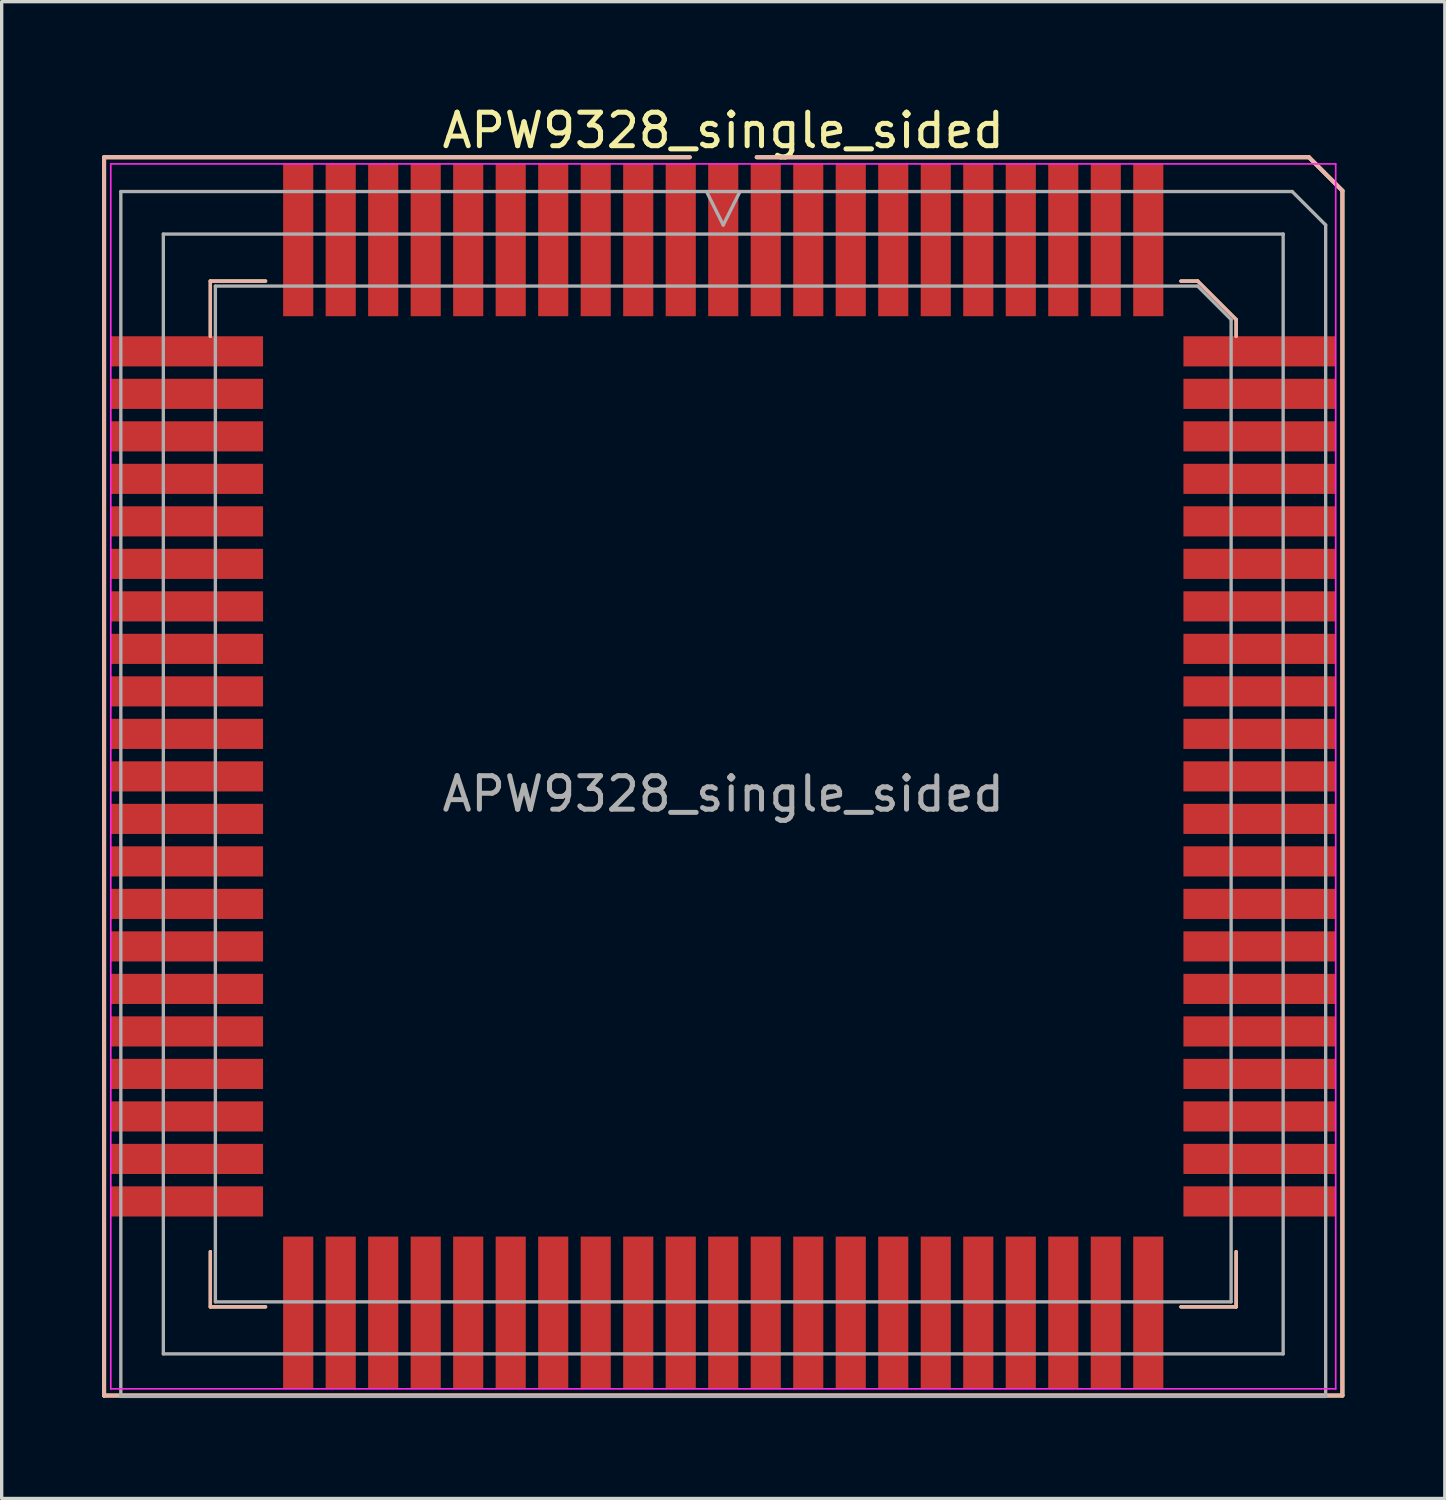
<source format=kicad_pcb>
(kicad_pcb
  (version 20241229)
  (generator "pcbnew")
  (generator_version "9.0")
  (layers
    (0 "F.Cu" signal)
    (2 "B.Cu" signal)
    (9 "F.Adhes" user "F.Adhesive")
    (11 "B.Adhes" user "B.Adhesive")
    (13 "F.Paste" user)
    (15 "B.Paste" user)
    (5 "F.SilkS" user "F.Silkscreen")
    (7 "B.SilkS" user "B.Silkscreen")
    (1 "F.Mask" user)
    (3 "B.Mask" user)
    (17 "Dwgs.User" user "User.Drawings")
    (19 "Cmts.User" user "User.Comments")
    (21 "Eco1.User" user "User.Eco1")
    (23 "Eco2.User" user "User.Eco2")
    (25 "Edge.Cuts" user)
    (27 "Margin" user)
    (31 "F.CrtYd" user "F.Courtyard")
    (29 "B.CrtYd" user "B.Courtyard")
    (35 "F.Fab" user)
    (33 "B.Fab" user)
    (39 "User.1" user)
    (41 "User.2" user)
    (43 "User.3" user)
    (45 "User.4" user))
  (footprint "APW9328_single_sided"
    (layer "F.Cu")
    (at 18.56 20.148)
    (property "Reference" "APW9328_single_sided" (at 0 -19.3 180) (layer "F.SilkS") (effects (font (size 1 1) (thickness 0.15))))
    (attr smd)
    (fp_line (start -18.5 -18.5) (end -1 -18.5) (stroke (width 0.12) (type solid)) (layer "F.SilkS"))
    (fp_line (start -18.5 18.5) (end -18.5 -18.5) (stroke (width 0.12) (type solid)) (layer "F.SilkS"))
    (fp_line (start -15.325 -14.8) (end -15.325 -13.15) (stroke (width 0.1) (type solid)) (layer "F.SilkS"))
    (fp_line (start -15.325 15.85) (end -15.325 14.2) (stroke (width 0.1) (type solid)) (layer "F.SilkS"))
    (fp_line (start -13.675 -14.8) (end -15.325 -14.8) (stroke (width 0.1) (type solid)) (layer "F.SilkS"))
    (fp_line (start -13.675 15.85) (end -15.325 15.85) (stroke (width 0.1) (type solid)) (layer "F.SilkS"))
    (fp_line (start 1 -18.5) (end 17.5 -18.5) (stroke (width 0.12) (type solid)) (layer "F.SilkS"))
    (fp_line (start 13.675 -14.8) (end 14.175 -14.8) (stroke (width 0.1) (type solid)) (layer "F.SilkS"))
    (fp_line (start 13.675 15.85) (end 15.325 15.85) (stroke (width 0.1) (type solid)) (layer "F.SilkS"))
    (fp_line (start 14.175 -14.8) (end 15.325 -13.65) (stroke (width 0.1) (type solid)) (layer "F.SilkS"))
    (fp_line (start 15.325 -13.65) (end 15.325 -13.15) (stroke (width 0.1) (type solid)) (layer "F.SilkS"))
    (fp_line (start 15.325 15.85) (end 15.325 14.2) (stroke (width 0.1) (type solid)) (layer "F.SilkS"))
    (fp_line (start 17.5 -18.5) (end 18.5 -17.5) (stroke (width 0.12) (type solid)) (layer "F.SilkS"))
    (fp_line (start 18.5 -17.5) (end 18.5 18.5) (stroke (width 0.12) (type solid)) (layer "F.SilkS"))
    (fp_line (start 18.5 18.5) (end -18.5 18.5) (stroke (width 0.12) (type solid)) (layer "F.SilkS"))
    (fp_line (start -18.5 -18.5) (end -1 -18.5) (stroke (width 0.12) (type solid)) (layer "B.SilkS"))
    (fp_line (start -18.5 18.5) (end -18.5 -18.5) (stroke (width 0.12) (type solid)) (layer "B.SilkS"))
    (fp_line (start -15.325 -14.8) (end -15.325 -13.15) (stroke (width 0.1) (type solid)) (layer "B.SilkS"))
    (fp_line (start -15.325 15.85) (end -15.325 14.2) (stroke (width 0.1) (type solid)) (layer "B.SilkS"))
    (fp_line (start -13.675 -14.8) (end -15.325 -14.8) (stroke (width 0.1) (type solid)) (layer "B.SilkS"))
    (fp_line (start -13.675 15.85) (end -15.325 15.85) (stroke (width 0.1) (type solid)) (layer "B.SilkS"))
    (fp_line (start 1 -18.5) (end 17.5 -18.5) (stroke (width 0.12) (type solid)) (layer "B.SilkS"))
    (fp_line (start 13.675 -14.8) (end 14.175 -14.8) (stroke (width 0.1) (type solid)) (layer "B.SilkS"))
    (fp_line (start 13.675 15.85) (end 15.325 15.85) (stroke (width 0.1) (type solid)) (layer "B.SilkS"))
    (fp_line (start 14.175 -14.8) (end 15.325 -13.65) (stroke (width 0.1) (type solid)) (layer "B.SilkS"))
    (fp_line (start 15.325 -13.65) (end 15.325 -13.15) (stroke (width 0.1) (type solid)) (layer "B.SilkS"))
    (fp_line (start 15.325 15.85) (end 15.325 14.2) (stroke (width 0.1) (type solid)) (layer "B.SilkS"))
    (fp_line (start 17.5 -18.5) (end 18.5 -17.5) (stroke (width 0.12) (type solid)) (layer "B.SilkS"))
    (fp_line (start 18.5 -17.5) (end 18.5 18.5) (stroke (width 0.12) (type solid)) (layer "B.SilkS"))
    (fp_line (start 18.5 18.5) (end -18.5 18.5) (stroke (width 0.12) (type solid)) (layer "B.SilkS"))
    (fp_line (start -18.3 -18.3) (end 18.3 -18.3) (stroke (width 0.05) (type solid)) (layer "F.CrtYd"))
    (fp_line (start -18.3 18.3) (end -18.3 -18.3) (stroke (width 0.05) (type solid)) (layer "F.CrtYd"))
    (fp_line (start 18.3 -18.3) (end 18.3 18.3) (stroke (width 0.05) (type solid)) (layer "F.CrtYd"))
    (fp_line (start 18.3 18.3) (end -18.3 18.3) (stroke (width 0.05) (type solid)) (layer "F.CrtYd"))
    (fp_line (start -18 -17.475) (end 17 -17.475) (stroke (width 0.1) (type solid)) (layer "F.Fab"))
    (fp_line (start -18 18.525) (end -18 -17.475) (stroke (width 0.1) (type solid)) (layer "F.Fab"))
    (fp_line (start -16.73 -16.205) (end 16.73 -16.205) (stroke (width 0.1) (type solid)) (layer "F.Fab"))
    (fp_line (start -16.73 17.255) (end -16.73 -16.205) (stroke (width 0.1) (type solid)) (layer "F.Fab"))
    (fp_line (start -15.175 -14.65) (end 14.175 -14.65) (stroke (width 0.1) (type solid)) (layer "F.Fab"))
    (fp_line (start -15.175 15.7) (end -15.175 -14.65) (stroke (width 0.1) (type solid)) (layer "F.Fab"))
    (fp_line (start 0 -16.475) (end -0.5 -17.475) (stroke (width 0.1) (type solid)) (layer "F.Fab"))
    (fp_line (start 0.5 -17.475) (end 0 -16.475) (stroke (width 0.1) (type solid)) (layer "F.Fab"))
    (fp_line (start 14.175 -14.65) (end 15.175 -13.65) (stroke (width 0.1) (type solid)) (layer "F.Fab"))
    (fp_line (start 15.175 -13.65) (end 15.175 15.7) (stroke (width 0.1) (type solid)) (layer "F.Fab"))
    (fp_line (start 15.175 15.7) (end -15.175 15.7) (stroke (width 0.1) (type solid)) (layer "F.Fab"))
    (fp_line (start 16.73 -16.205) (end 16.73 17.255) (stroke (width 0.1) (type solid)) (layer "F.Fab"))
    (fp_line (start 16.73 17.255) (end -16.73 17.255) (stroke (width 0.1) (type solid)) (layer "F.Fab"))
    (fp_line (start 17 -17.475) (end 18 -16.475) (stroke (width 0.1) (type solid)) (layer "F.Fab"))
    (fp_line (start 18 -16.475) (end 18 18.525) (stroke (width 0.1) (type solid)) (layer "F.Fab"))
    (fp_line (start 18 18.525) (end -18 18.525) (stroke (width 0.1) (type solid)) (layer "F.Fab"))
    (fp_text user "${REFERENCE}" (at 0 0.525 180) (layer "F.Fab") (effects (font (size 1 1) (thickness 0.15))))
    (pad "1" smd rect (at 0 -16.025) (size 0.9 4.55) (layers "F.Cu" "F.Mask" "F.Paste"))
    (pad "2" smd rect (at 1.27 -16.025) (size 0.9 4.55) (layers "F.Cu" "F.Mask" "F.Paste"))
    (pad "3" smd rect (at 2.54 -16.025) (size 0.9 4.55) (layers "F.Cu" "F.Mask" "F.Paste"))
    (pad "4" smd rect (at 3.81 -16.025) (size 0.9 4.55) (layers "F.Cu" "F.Mask" "F.Paste"))
    (pad "5" smd rect (at 5.08 -16.025) (size 0.9 4.55) (layers "F.Cu" "F.Mask" "F.Paste"))
    (pad "6" smd rect (at 6.35 -16.025) (size 0.9 4.55) (layers "F.Cu" "F.Mask" "F.Paste"))
    (pad "7" smd rect (at 7.62 -16.025) (size 0.9 4.55) (layers "F.Cu" "F.Mask" "F.Paste"))
    (pad "8" smd rect (at 8.89 -16.025) (size 0.9 4.55) (layers "F.Cu" "F.Mask" "F.Paste"))
    (pad "9" smd rect (at 10.16 -16.025) (size 0.9 4.55) (layers "F.Cu" "F.Mask" "F.Paste"))
    (pad "10" smd rect (at 11.43 -16.025) (size 0.9 4.55) (layers "F.Cu" "F.Mask" "F.Paste"))
    (pad "11" smd rect (at 12.7 -16.025) (size 0.9 4.55) (layers "F.Cu" "F.Mask" "F.Paste"))
    (pad "12" smd rect (at 16.025 -12.7) (size 4.55 0.9) (layers "F.Cu" "F.Mask" "F.Paste"))
    (pad "13" smd rect (at 16.025 -11.43) (size 4.55 0.9) (layers "F.Cu" "F.Mask" "F.Paste"))
    (pad "14" smd rect (at 16.025 -10.16) (size 4.55 0.9) (layers "F.Cu" "F.Mask" "F.Paste"))
    (pad "15" smd rect (at 16.025 -8.89) (size 4.55 0.9) (layers "F.Cu" "F.Mask" "F.Paste"))
    (pad "16" smd rect (at 16.025 -7.62) (size 4.55 0.9) (layers "F.Cu" "F.Mask" "F.Paste"))
    (pad "17" smd rect (at 16.025 -6.35) (size 4.55 0.9) (layers "F.Cu" "F.Mask" "F.Paste"))
    (pad "18" smd rect (at 16.025 -5.08) (size 4.55 0.9) (layers "F.Cu" "F.Mask" "F.Paste"))
    (pad "19" smd rect (at 16.025 -3.81) (size 4.55 0.9) (layers "F.Cu" "F.Mask" "F.Paste"))
    (pad "20" smd rect (at 16.025 -2.54) (size 4.55 0.9) (layers "F.Cu" "F.Mask" "F.Paste"))
    (pad "21" smd rect (at 16.025 -1.27) (size 4.55 0.9) (layers "F.Cu" "F.Mask" "F.Paste"))
    (pad "22" smd rect (at 16.025 0) (size 4.55 0.9) (layers "F.Cu" "F.Mask" "F.Paste"))
    (pad "23" smd rect (at 16.025 1.27) (size 4.55 0.9) (layers "F.Cu" "F.Mask" "F.Paste"))
    (pad "24" smd rect (at 16.025 2.54) (size 4.55 0.9) (layers "F.Cu" "F.Mask" "F.Paste"))
    (pad "25" smd rect (at 16.025 3.81) (size 4.55 0.9) (layers "F.Cu" "F.Mask" "F.Paste"))
    (pad "26" smd rect (at 16.025 5.08) (size 4.55 0.9) (layers "F.Cu" "F.Mask" "F.Paste"))
    (pad "27" smd rect (at 16.025 6.35) (size 4.55 0.9) (layers "F.Cu" "F.Mask" "F.Paste"))
    (pad "28" smd rect (at 16.025 7.62) (size 4.55 0.9) (layers "F.Cu" "F.Mask" "F.Paste"))
    (pad "29" smd rect (at 16.025 8.89) (size 4.55 0.9) (layers "F.Cu" "F.Mask" "F.Paste"))
    (pad "30" smd rect (at 16.025 10.16) (size 4.55 0.9) (layers "F.Cu" "F.Mask" "F.Paste"))
    (pad "31" smd rect (at 16.025 11.43) (size 4.55 0.9) (layers "F.Cu" "F.Mask" "F.Paste"))
    (pad "32" smd rect (at 16.025 12.7) (size 4.55 0.9) (layers "F.Cu" "F.Mask" "F.Paste"))
    (pad "33" smd rect (at 12.7 16.025) (size 0.9 4.55) (layers "F.Cu" "F.Mask" "F.Paste"))
    (pad "34" smd rect (at 11.43 16.025) (size 0.9 4.55) (layers "F.Cu" "F.Mask" "F.Paste"))
    (pad "35" smd rect (at 10.16 16.025) (size 0.9 4.55) (layers "F.Cu" "F.Mask" "F.Paste"))
    (pad "36" smd rect (at 8.89 16.025) (size 0.9 4.55) (layers "F.Cu" "F.Mask" "F.Paste"))
    (pad "37" smd rect (at 7.62 16.025) (size 0.9 4.55) (layers "F.Cu" "F.Mask" "F.Paste"))
    (pad "38" smd rect (at 6.35 16.025) (size 0.9 4.55) (layers "F.Cu" "F.Mask" "F.Paste"))
    (pad "39" smd rect (at 5.08 16.025) (size 0.9 4.55) (layers "F.Cu" "F.Mask" "F.Paste"))
    (pad "40" smd rect (at 3.81 16.025) (size 0.9 4.55) (layers "F.Cu" "F.Mask" "F.Paste"))
    (pad "41" smd rect (at 2.54 16.025) (size 0.9 4.55) (layers "F.Cu" "F.Mask" "F.Paste"))
    (pad "42" smd rect (at 1.27 16.025) (size 0.9 4.55) (layers "F.Cu" "F.Mask" "F.Paste"))
    (pad "43" smd rect (at 0 16.025) (size 0.9 4.55) (layers "F.Cu" "F.Mask" "F.Paste"))
    (pad "44" smd rect (at -1.27 16.025) (size 0.9 4.55) (layers "F.Cu" "F.Mask" "F.Paste"))
    (pad "45" smd rect (at -2.54 16.025) (size 0.9 4.55) (layers "F.Cu" "F.Mask" "F.Paste"))
    (pad "46" smd rect (at -3.81 16.025) (size 0.9 4.55) (layers "F.Cu" "F.Mask" "F.Paste"))
    (pad "47" smd rect (at -5.08 16.025) (size 0.9 4.55) (layers "F.Cu" "F.Mask" "F.Paste"))
    (pad "48" smd rect (at -6.35 16.025) (size 0.9 4.55) (layers "F.Cu" "F.Mask" "F.Paste"))
    (pad "49" smd rect (at -7.62 16.025) (size 0.9 4.55) (layers "F.Cu" "F.Mask" "F.Paste"))
    (pad "50" smd rect (at -8.89 16.025) (size 0.9 4.55) (layers "F.Cu" "F.Mask" "F.Paste"))
    (pad "51" smd rect (at -10.16 16.025) (size 0.9 4.55) (layers "F.Cu" "F.Mask" "F.Paste"))
    (pad "52" smd rect (at -11.43 16.025) (size 0.9 4.55) (layers "F.Cu" "F.Mask" "F.Paste"))
    (pad "53" smd rect (at -12.7 16.025) (size 0.9 4.55) (layers "F.Cu" "F.Mask" "F.Paste"))
    (pad "54" smd rect (at -16.025 12.7) (size 4.55 0.9) (layers "F.Cu" "F.Mask" "F.Paste"))
    (pad "55" smd rect (at -16.025 11.43) (size 4.55 0.9) (layers "F.Cu" "F.Mask" "F.Paste"))
    (pad "56" smd rect (at -16.025 10.16) (size 4.55 0.9) (layers "F.Cu" "F.Mask" "F.Paste"))
    (pad "57" smd rect (at -16.025 8.89) (size 4.55 0.9) (layers "F.Cu" "F.Mask" "F.Paste"))
    (pad "58" smd rect (at -16.025 7.62) (size 4.55 0.9) (layers "F.Cu" "F.Mask" "F.Paste"))
    (pad "59" smd rect (at -16.025 6.35) (size 4.55 0.9) (layers "F.Cu" "F.Mask" "F.Paste"))
    (pad "60" smd rect (at -16.025 5.08) (size 4.55 0.9) (layers "F.Cu" "F.Mask" "F.Paste"))
    (pad "61" smd rect (at -16.025 3.81) (size 4.55 0.9) (layers "F.Cu" "F.Mask" "F.Paste"))
    (pad "62" smd rect (at -16.025 2.54) (size 4.55 0.9) (layers "F.Cu" "F.Mask" "F.Paste"))
    (pad "63" smd rect (at -16.025 1.27) (size 4.55 0.9) (layers "F.Cu" "F.Mask" "F.Paste"))
    (pad "64" smd rect (at -16.025 0) (size 4.55 0.9) (layers "F.Cu" "F.Mask" "F.Paste"))
    (pad "65" smd rect (at -16.025 -1.27) (size 4.55 0.9) (layers "F.Cu" "F.Mask" "F.Paste"))
    (pad "66" smd rect (at -16.025 -2.54) (size 4.55 0.9) (layers "F.Cu" "F.Mask" "F.Paste"))
    (pad "67" smd rect (at -16.025 -3.81) (size 4.55 0.9) (layers "F.Cu" "F.Mask" "F.Paste"))
    (pad "68" smd rect (at -16.025 -5.08) (size 4.55 0.9) (layers "F.Cu" "F.Mask" "F.Paste"))
    (pad "69" smd rect (at -16.025 -6.35) (size 4.55 0.9) (layers "F.Cu" "F.Mask" "F.Paste"))
    (pad "70" smd rect (at -16.025 -7.62) (size 4.55 0.9) (layers "F.Cu" "F.Mask" "F.Paste"))
    (pad "71" smd rect (at -16.025 -8.89) (size 4.55 0.9) (layers "F.Cu" "F.Mask" "F.Paste"))
    (pad "72" smd rect (at -16.025 -10.16) (size 4.55 0.9) (layers "F.Cu" "F.Mask" "F.Paste"))
    (pad "73" smd rect (at -16.025 -11.43) (size 4.55 0.9) (layers "F.Cu" "F.Mask" "F.Paste"))
    (pad "74" smd rect (at -16.025 -12.7) (size 4.55 0.9) (layers "F.Cu" "F.Mask" "F.Paste"))
    (pad "75" smd rect (at -12.7 -16.025) (size 0.9 4.55) (layers "F.Cu" "F.Mask" "F.Paste"))
    (pad "76" smd rect (at -11.43 -16.025) (size 0.9 4.55) (layers "F.Cu" "F.Mask" "F.Paste"))
    (pad "77" smd rect (at -10.16 -16.025) (size 0.9 4.55) (layers "F.Cu" "F.Mask" "F.Paste"))
    (pad "78" smd rect (at -8.89 -16.025) (size 0.9 4.55) (layers "F.Cu" "F.Mask" "F.Paste"))
    (pad "79" smd rect (at -7.62 -16.025) (size 0.9 4.55) (layers "F.Cu" "F.Mask" "F.Paste"))
    (pad "80" smd rect (at -6.35 -16.025) (size 0.9 4.55) (layers "F.Cu" "F.Mask" "F.Paste"))
    (pad "81" smd rect (at -5.08 -16.025) (size 0.9 4.55) (layers "F.Cu" "F.Mask" "F.Paste"))
    (pad "82" smd rect (at -3.81 -16.025) (size 0.9 4.55) (layers "F.Cu" "F.Mask" "F.Paste"))
    (pad "83" smd rect (at -2.54 -16.025) (size 0.9 4.55) (layers "F.Cu" "F.Mask" "F.Paste"))
    (pad "84" smd rect (at -1.27 -16.025) (size 0.9 4.55) (layers "F.Cu" "F.Mask" "F.Paste")))
  (gr_rect
    (start -3 -3)
    (end 40.12 41.723)
    (stroke (width 0.1) (type default))
    (fill no)
    (layer "Edge.Cuts")))
</source>
